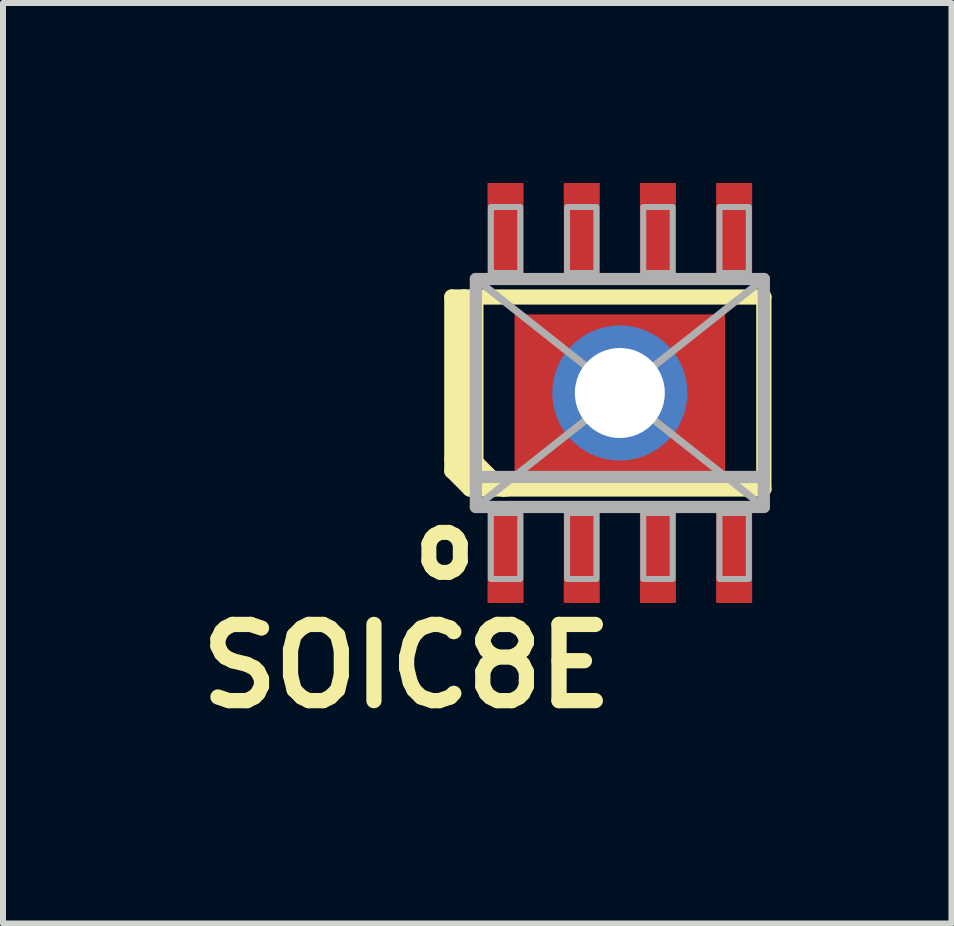
<source format=kicad_pcb>
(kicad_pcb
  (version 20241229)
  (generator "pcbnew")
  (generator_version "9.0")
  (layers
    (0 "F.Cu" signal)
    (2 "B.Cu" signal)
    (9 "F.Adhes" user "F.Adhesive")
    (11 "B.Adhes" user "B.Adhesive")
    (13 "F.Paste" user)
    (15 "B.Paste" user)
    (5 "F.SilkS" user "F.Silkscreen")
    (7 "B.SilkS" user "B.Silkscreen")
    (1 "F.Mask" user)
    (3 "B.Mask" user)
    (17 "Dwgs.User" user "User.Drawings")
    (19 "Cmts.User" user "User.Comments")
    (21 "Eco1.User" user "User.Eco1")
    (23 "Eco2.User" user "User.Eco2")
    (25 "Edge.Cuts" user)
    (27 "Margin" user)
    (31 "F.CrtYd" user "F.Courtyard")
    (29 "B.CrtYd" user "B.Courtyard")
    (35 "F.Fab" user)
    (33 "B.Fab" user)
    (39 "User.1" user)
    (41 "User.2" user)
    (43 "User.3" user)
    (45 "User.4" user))
  (footprint "SOIC8E"
    (layer "F.Cu")
    (at 7.281 3.5)
    (property "Reference" "SOIC8E" (at 0 3.81 0) (layer "F.SilkS") (effects (font (size 1.27 1.27) (thickness 0.254)) (justify right top)))
    (attr smd)
    (fp_line (start -2.8 -1.6) (end -2.8 1.1) (stroke (width 0.254) (type solid)) (layer "F.SilkS"))
    (fp_line (start -2.8 1.1) (end -2.8 1.3) (stroke (width 0.254) (type solid)) (layer "F.SilkS"))
    (fp_line (start -2.8 1.3) (end -2.5 1.6) (stroke (width 0.254) (type solid)) (layer "F.SilkS"))
    (fp_line (start -2.6 -1.6) (end -2.8 -1.6) (stroke (width 0.254) (type solid)) (layer "F.SilkS"))
    (fp_line (start -2.6 -1.6) (end -2.6 1.2) (stroke (width 0.254) (type solid)) (layer "F.SilkS"))
    (fp_line (start -2.6 1.2) (end -2.2 1.6) (stroke (width 0.254) (type solid)) (layer "F.SilkS"))
    (fp_line (start -2.5 1.6) (end -2.2 1.6) (stroke (width 0.254) (type solid)) (layer "F.SilkS"))
    (fp_line (start -2.4 -1.6) (end -2.6 -1.6) (stroke (width 0.254) (type solid)) (layer "F.SilkS"))
    (fp_line (start -2.4 -1.6) (end 2.4 -1.6) (stroke (width 0.254) (type solid)) (layer "F.SilkS"))
    (fp_line (start -2.4 1.15) (end -2.4 -1.6) (stroke (width 0.254) (type solid)) (layer "F.SilkS"))
    (fp_line (start -2.2 1.6) (end -1.9 1.6) (stroke (width 0.254) (type solid)) (layer "F.SilkS"))
    (fp_line (start -1.95 1.6) (end -2.4 1.15) (stroke (width 0.254) (type solid)) (layer "F.SilkS"))
    (fp_line (start 2.4 -1.6) (end 2.4 1.6) (stroke (width 0.254) (type solid)) (layer "F.SilkS"))
    (fp_line (start 2.4 1.6) (end -1.95 1.6) (stroke (width 0.254) (type solid)) (layer "F.SilkS"))
    (fp_line (start -2.4 -1.9) (end 2.4 -1.9) (stroke (width 0.203) (type solid)) (layer "F.Fab"))
    (fp_line (start -2.4 -1.9) (end 2.4 1.9) (stroke (width 0.12) (type solid)) (layer "F.Fab"))
    (fp_line (start -2.4 1.4) (end -2.4 -1.9) (stroke (width 0.203) (type solid)) (layer "F.Fab"))
    (fp_line (start -2.4 1.9) (end -2.4 1.4) (stroke (width 0.203) (type solid)) (layer "F.Fab"))
    (fp_line (start 2.4 -1.9) (end -2.4 1.9) (stroke (width 0.12) (type solid)) (layer "F.Fab"))
    (fp_line (start 2.4 -1.9) (end 2.4 1.4) (stroke (width 0.203) (type solid)) (layer "F.Fab"))
    (fp_line (start 2.4 1.4) (end -2.4 1.4) (stroke (width 0.203) (type solid)) (layer "F.Fab"))
    (fp_line (start 2.4 1.4) (end 2.4 1.9) (stroke (width 0.203) (type solid)) (layer "F.Fab"))
    (fp_line (start 2.4 1.9) (end -2.4 1.9) (stroke (width 0.203) (type solid)) (layer "F.Fab"))
    (fp_poly (pts (xy -2.15 -2) (xy -1.66 -2) (xy -1.66 -3.1) (xy -2.15 -3.1)) (stroke (width 0.1) (type solid)) (fill no) (layer "F.Fab"))
    (fp_poly (pts (xy -2.15 3.1) (xy -1.66 3.1) (xy -1.66 2) (xy -2.15 2)) (stroke (width 0.1) (type solid)) (fill no) (layer "F.Fab"))
    (fp_poly (pts (xy -0.88 -2) (xy -0.39 -2) (xy -0.39 -3.1) (xy -0.88 -3.1)) (stroke (width 0.1) (type solid)) (fill no) (layer "F.Fab"))
    (fp_poly (pts (xy -0.88 3.1) (xy -0.39 3.1) (xy -0.39 2) (xy -0.88 2)) (stroke (width 0.1) (type solid)) (fill no) (layer "F.Fab"))
    (fp_poly (pts (xy 0.39 -2) (xy 0.88 -2) (xy 0.88 -3.1) (xy 0.39 -3.1)) (stroke (width 0.1) (type solid)) (fill no) (layer "F.Fab"))
    (fp_poly (pts (xy 0.39 3.1) (xy 0.88 3.1) (xy 0.88 2) (xy 0.39 2)) (stroke (width 0.1) (type solid)) (fill no) (layer "F.Fab"))
    (fp_poly (pts (xy 1.66 -2) (xy 2.15 -2) (xy 2.15 -3.1) (xy 1.66 -3.1)) (stroke (width 0.1) (type solid)) (fill no) (layer "F.Fab"))
    (fp_poly (pts (xy 1.66 3.1) (xy 2.15 3.1) (xy 2.15 2) (xy 1.66 2)) (stroke (width 0.1) (type solid)) (fill no) (layer "F.Fab"))
    (fp_text user "o" (at -2.921 2.54 0) (layer "F.SilkS") (effects (font (size 1 1) (thickness 0.25))))
    (pad "1" smd rect (at -1.905 2.7) (size 0.6 1.6) (layers "F.Cu" "F.Mask" "F.Paste"))
    (pad "2" smd rect (at -0.635 2.7) (size 0.6 1.6) (layers "F.Cu" "F.Mask" "F.Paste"))
    (pad "3" smd rect (at 0.635 2.7) (size 0.6 1.6) (layers "F.Cu" "F.Mask" "F.Paste"))
    (pad "4" smd rect (at 1.905 2.7) (size 0.6 1.6) (layers "F.Cu" "F.Mask" "F.Paste"))
    (pad "5" smd rect (at 1.905 -2.7) (size 0.6 1.6) (layers "F.Cu" "F.Mask" "F.Paste"))
    (pad "6" smd rect (at 0.635 -2.7) (size 0.6 1.6) (layers "F.Cu" "F.Mask" "F.Paste"))
    (pad "7" smd rect (at -0.635 -2.7) (size 0.6 1.6) (layers "F.Cu" "F.Mask" "F.Paste"))
    (pad "8" smd rect (at -1.905 -2.7) (size 0.6 1.6) (layers "F.Cu" "F.Mask" "F.Paste"))
    (pad "9" thru_hole circle (at 0 0) (size 2.25 2.25) (drill 1.5) (layers "*.Cu" "*.Mask"))
    (pad "9" smd rect (at 0 0) (size 3.51 2.62) (layers "F.Cu" "F.Mask" "F.Paste")))
  (gr_rect
    (start -3 -3)
    (end 12.808 12.342)
    (stroke (width 0.1) (type default))
    (fill no)
    (layer "Edge.Cuts")))
</source>
